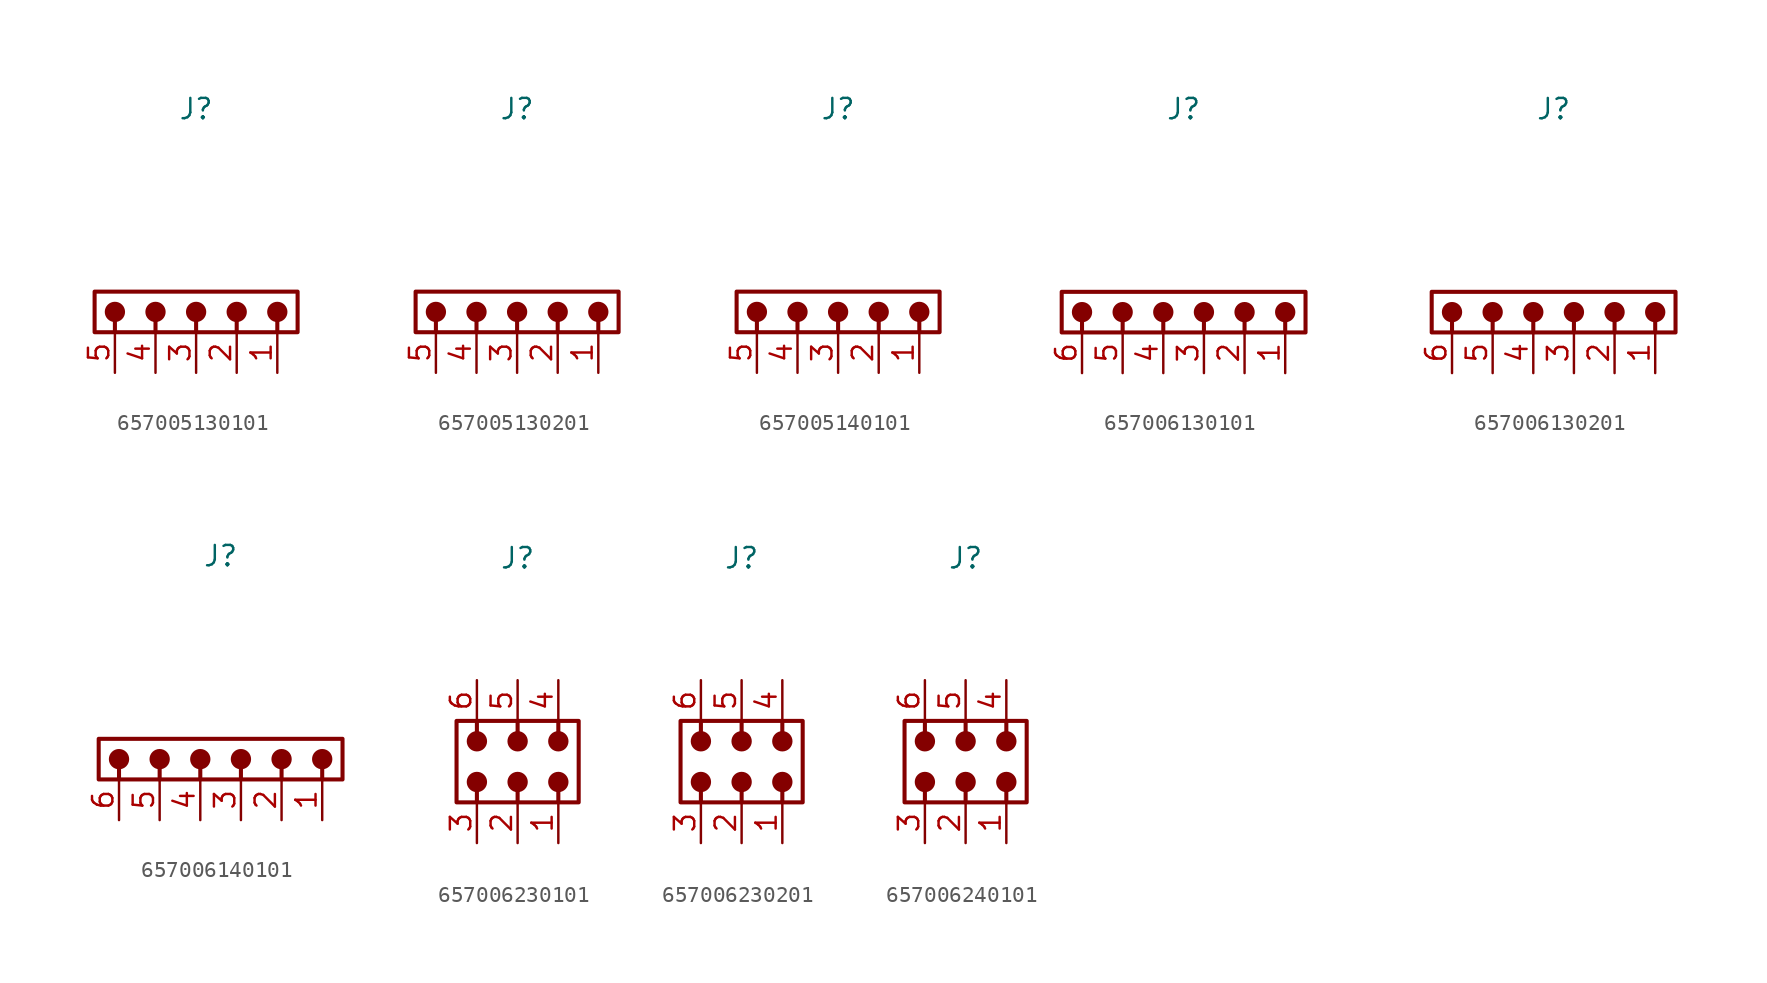
<source format=kicad_sym>
(kicad_symbol_lib
  (version 20241209)
  (generator "kicad_symbol_editor")
  (generator_version "9.0")
  (symbol "657005130101"
    (pin_names
      (hide yes))
    (property "Reference" "J"
      (at 0 12.7 0)
      (effects (font (size 1.27 1.27))))
    (symbol "657005130101_1_1"
      (rectangle (start -6.35 1.27) (end 6.35 -1.27) (stroke (width 0.254) (type solid)) (fill (type none)))
      (circle (center -5.08 0) (radius 0.508) (stroke (width 0.254) (type solid)) (fill (type outline)))
      (polyline (pts (xy -5.08 -0.508) (xy -5.08 -1.27)) (stroke (width 0.254) (type solid)) (fill (type none)))
      (circle (center -2.54 0) (radius 0.508) (stroke (width 0.254) (type solid)) (fill (type outline)))
      (polyline (pts (xy -2.54 -0.508) (xy -2.54 -1.27)) (stroke (width 0.254) (type solid)) (fill (type none)))
      (circle (center 0 0) (radius 0.508) (stroke (width 0.254) (type solid)) (fill (type outline)))
      (polyline (pts (xy 0 -0.508) (xy 0 -1.27)) (stroke (width 0.254) (type solid)) (fill (type none)))
      (circle (center 2.54 0) (radius 0.508) (stroke (width 0.254) (type solid)) (fill (type outline)))
      (polyline (pts (xy 2.54 -0.508) (xy 2.54 -1.27)) (stroke (width 0.254) (type solid)) (fill (type none)))
      (circle (center 5.08 0) (radius 0.508) (stroke (width 0.254) (type solid)) (fill (type outline)))
      (polyline (pts (xy 5.08 -0.508) (xy 5.08 -1.27)) (stroke (width 0.254) (type solid)) (fill (type none)))
      (pin passive line (at -5.08 -3.81 90) (length 2.54) (name "5" (effects (font (size 1.27 1.27)))) (number "5" (effects (font (size 1.27 1.27)))))
      (pin passive line (at -2.54 -3.81 90) (length 2.54) (name "4" (effects (font (size 1.27 1.27)))) (number "4" (effects (font (size 1.27 1.27)))))
      (pin passive line (at 0 -3.81 90) (length 2.54) (name "3" (effects (font (size 1.27 1.27)))) (number "3" (effects (font (size 1.27 1.27)))))
      (pin passive line (at 2.54 -3.81 90) (length 2.54) (name "2" (effects (font (size 1.27 1.27)))) (number "2" (effects (font (size 1.27 1.27)))))
      (pin passive line (at 5.08 -3.81 90) (length 2.54) (name "1" (effects (font (size 1.27 1.27)))) (number "1" (effects (font (size 1.27 1.27)))))))
  (symbol "657005130201"
    (pin_names
      (hide yes))
    (property "Reference" "J"
      (at 0 12.7 0)
      (effects (font (size 1.27 1.27))))
    (symbol "657005130201_1_1"
      (rectangle (start -6.35 1.27) (end 6.35 -1.27) (stroke (width 0.254) (type solid)) (fill (type none)))
      (circle (center -5.08 0) (radius 0.508) (stroke (width 0.254) (type solid)) (fill (type outline)))
      (polyline (pts (xy -5.08 -0.508) (xy -5.08 -1.27)) (stroke (width 0.254) (type solid)) (fill (type none)))
      (circle (center -2.54 0) (radius 0.508) (stroke (width 0.254) (type solid)) (fill (type outline)))
      (polyline (pts (xy -2.54 -0.508) (xy -2.54 -1.27)) (stroke (width 0.254) (type solid)) (fill (type none)))
      (circle (center 0 0) (radius 0.508) (stroke (width 0.254) (type solid)) (fill (type outline)))
      (polyline (pts (xy 0 -0.508) (xy 0 -1.27)) (stroke (width 0.254) (type solid)) (fill (type none)))
      (circle (center 2.54 0) (radius 0.508) (stroke (width 0.254) (type solid)) (fill (type outline)))
      (polyline (pts (xy 2.54 -0.508) (xy 2.54 -1.27)) (stroke (width 0.254) (type solid)) (fill (type none)))
      (circle (center 5.08 0) (radius 0.508) (stroke (width 0.254) (type solid)) (fill (type outline)))
      (polyline (pts (xy 5.08 -0.508) (xy 5.08 -1.27)) (stroke (width 0.254) (type solid)) (fill (type none)))
      (pin passive line (at -5.08 -3.81 90) (length 2.54) (name "5" (effects (font (size 1.27 1.27)))) (number "5" (effects (font (size 1.27 1.27)))))
      (pin passive line (at -2.54 -3.81 90) (length 2.54) (name "4" (effects (font (size 1.27 1.27)))) (number "4" (effects (font (size 1.27 1.27)))))
      (pin passive line (at 0 -3.81 90) (length 2.54) (name "3" (effects (font (size 1.27 1.27)))) (number "3" (effects (font (size 1.27 1.27)))))
      (pin passive line (at 2.54 -3.81 90) (length 2.54) (name "2" (effects (font (size 1.27 1.27)))) (number "2" (effects (font (size 1.27 1.27)))))
      (pin passive line (at 5.08 -3.81 90) (length 2.54) (name "1" (effects (font (size 1.27 1.27)))) (number "1" (effects (font (size 1.27 1.27)))))))
  (symbol "657005140101"
    (pin_names
      (hide yes))
    (property "Reference" "J"
      (at 0 12.7 0)
      (effects (font (size 1.27 1.27))))
    (symbol "657005140101_1_1"
      (rectangle (start -6.35 1.27) (end 6.35 -1.27) (stroke (width 0.254) (type solid)) (fill (type none)))
      (circle (center -5.08 0) (radius 0.508) (stroke (width 0.254) (type solid)) (fill (type outline)))
      (polyline (pts (xy -5.08 -0.508) (xy -5.08 -1.27)) (stroke (width 0.254) (type solid)) (fill (type none)))
      (circle (center -2.54 0) (radius 0.508) (stroke (width 0.254) (type solid)) (fill (type outline)))
      (polyline (pts (xy -2.54 -0.508) (xy -2.54 -1.27)) (stroke (width 0.254) (type solid)) (fill (type none)))
      (circle (center 0 0) (radius 0.508) (stroke (width 0.254) (type solid)) (fill (type outline)))
      (polyline (pts (xy 0 -0.508) (xy 0 -1.27)) (stroke (width 0.254) (type solid)) (fill (type none)))
      (circle (center 2.54 0) (radius 0.508) (stroke (width 0.254) (type solid)) (fill (type outline)))
      (polyline (pts (xy 2.54 -0.508) (xy 2.54 -1.27)) (stroke (width 0.254) (type solid)) (fill (type none)))
      (circle (center 5.08 0) (radius 0.508) (stroke (width 0.254) (type solid)) (fill (type outline)))
      (polyline (pts (xy 5.08 -0.508) (xy 5.08 -1.27)) (stroke (width 0.254) (type solid)) (fill (type none)))
      (pin passive line (at -5.08 -3.81 90) (length 2.54) (name "5" (effects (font (size 1.27 1.27)))) (number "5" (effects (font (size 1.27 1.27)))))
      (pin passive line (at -2.54 -3.81 90) (length 2.54) (name "4" (effects (font (size 1.27 1.27)))) (number "4" (effects (font (size 1.27 1.27)))))
      (pin passive line (at 0 -3.81 90) (length 2.54) (name "3" (effects (font (size 1.27 1.27)))) (number "3" (effects (font (size 1.27 1.27)))))
      (pin passive line (at 2.54 -3.81 90) (length 2.54) (name "2" (effects (font (size 1.27 1.27)))) (number "2" (effects (font (size 1.27 1.27)))))
      (pin passive line (at 5.08 -3.81 90) (length 2.54) (name "1" (effects (font (size 1.27 1.27)))) (number "1" (effects (font (size 1.27 1.27)))))))
  (symbol "657006130101"
    (pin_names
      (hide yes))
    (property "Reference" "J"
      (at 0 12.7 0)
      (effects (font (size 1.27 1.27))))
    (symbol "657006130101_1_1"
      (rectangle (start -7.62 1.27) (end 7.62 -1.27) (stroke (width 0.254) (type solid)) (fill (type none)))
      (circle (center -6.35 0) (radius 0.508) (stroke (width 0.254) (type solid)) (fill (type outline)))
      (polyline (pts (xy -6.35 -0.508) (xy -6.35 -1.27)) (stroke (width 0.254) (type solid)) (fill (type none)))
      (circle (center -3.81 0) (radius 0.508) (stroke (width 0.254) (type solid)) (fill (type outline)))
      (polyline (pts (xy -3.81 -0.508) (xy -3.81 -1.27)) (stroke (width 0.254) (type solid)) (fill (type none)))
      (circle (center -1.27 0) (radius 0.508) (stroke (width 0.254) (type solid)) (fill (type outline)))
      (polyline (pts (xy -1.27 -0.508) (xy -1.27 -1.27)) (stroke (width 0.254) (type solid)) (fill (type none)))
      (circle (center 1.27 0) (radius 0.508) (stroke (width 0.254) (type solid)) (fill (type outline)))
      (polyline (pts (xy 1.27 -0.508) (xy 1.27 -1.27)) (stroke (width 0.254) (type solid)) (fill (type none)))
      (circle (center 3.81 0) (radius 0.508) (stroke (width 0.254) (type solid)) (fill (type outline)))
      (polyline (pts (xy 3.81 -0.508) (xy 3.81 -1.27)) (stroke (width 0.254) (type solid)) (fill (type none)))
      (circle (center 6.35 0) (radius 0.508) (stroke (width 0.254) (type solid)) (fill (type outline)))
      (polyline (pts (xy 6.35 -0.508) (xy 6.35 -1.27)) (stroke (width 0.254) (type solid)) (fill (type none)))
      (pin passive line (at -6.35 -3.81 90) (length 2.54) (name "6" (effects (font (size 1.27 1.27)))) (number "6" (effects (font (size 1.27 1.27)))))
      (pin passive line (at -3.81 -3.81 90) (length 2.54) (name "5" (effects (font (size 1.27 1.27)))) (number "5" (effects (font (size 1.27 1.27)))))
      (pin passive line (at -1.27 -3.81 90) (length 2.54) (name "4" (effects (font (size 1.27 1.27)))) (number "4" (effects (font (size 1.27 1.27)))))
      (pin passive line (at 1.27 -3.81 90) (length 2.54) (name "3" (effects (font (size 1.27 1.27)))) (number "3" (effects (font (size 1.27 1.27)))))
      (pin passive line (at 3.81 -3.81 90) (length 2.54) (name "2" (effects (font (size 1.27 1.27)))) (number "2" (effects (font (size 1.27 1.27)))))
      (pin passive line (at 6.35 -3.81 90) (length 2.54) (name "1" (effects (font (size 1.27 1.27)))) (number "1" (effects (font (size 1.27 1.27)))))))
  (symbol "657006130201"
    (pin_names
      (hide yes))
    (property "Reference" "J"
      (at 0 12.7 0)
      (effects (font (size 1.27 1.27))))
    (symbol "657006130201_1_1"
      (rectangle (start -7.62 1.27) (end 7.62 -1.27) (stroke (width 0.254) (type solid)) (fill (type none)))
      (circle (center -6.35 0) (radius 0.508) (stroke (width 0.254) (type solid)) (fill (type outline)))
      (polyline (pts (xy -6.35 -0.508) (xy -6.35 -1.27)) (stroke (width 0.254) (type solid)) (fill (type none)))
      (circle (center -3.81 0) (radius 0.508) (stroke (width 0.254) (type solid)) (fill (type outline)))
      (polyline (pts (xy -3.81 -0.508) (xy -3.81 -1.27)) (stroke (width 0.254) (type solid)) (fill (type none)))
      (circle (center -1.27 0) (radius 0.508) (stroke (width 0.254) (type solid)) (fill (type outline)))
      (polyline (pts (xy -1.27 -0.508) (xy -1.27 -1.27)) (stroke (width 0.254) (type solid)) (fill (type none)))
      (circle (center 1.27 0) (radius 0.508) (stroke (width 0.254) (type solid)) (fill (type outline)))
      (polyline (pts (xy 1.27 -0.508) (xy 1.27 -1.27)) (stroke (width 0.254) (type solid)) (fill (type none)))
      (circle (center 3.81 0) (radius 0.508) (stroke (width 0.254) (type solid)) (fill (type outline)))
      (polyline (pts (xy 3.81 -0.508) (xy 3.81 -1.27)) (stroke (width 0.254) (type solid)) (fill (type none)))
      (circle (center 6.35 0) (radius 0.508) (stroke (width 0.254) (type solid)) (fill (type outline)))
      (polyline (pts (xy 6.35 -0.508) (xy 6.35 -1.27)) (stroke (width 0.254) (type solid)) (fill (type none)))
      (pin passive line (at -6.35 -3.81 90) (length 2.54) (name "6" (effects (font (size 1.27 1.27)))) (number "6" (effects (font (size 1.27 1.27)))))
      (pin passive line (at -3.81 -3.81 90) (length 2.54) (name "5" (effects (font (size 1.27 1.27)))) (number "5" (effects (font (size 1.27 1.27)))))
      (pin passive line (at -1.27 -3.81 90) (length 2.54) (name "4" (effects (font (size 1.27 1.27)))) (number "4" (effects (font (size 1.27 1.27)))))
      (pin passive line (at 1.27 -3.81 90) (length 2.54) (name "3" (effects (font (size 1.27 1.27)))) (number "3" (effects (font (size 1.27 1.27)))))
      (pin passive line (at 3.81 -3.81 90) (length 2.54) (name "2" (effects (font (size 1.27 1.27)))) (number "2" (effects (font (size 1.27 1.27)))))
      (pin passive line (at 6.35 -3.81 90) (length 2.54) (name "1" (effects (font (size 1.27 1.27)))) (number "1" (effects (font (size 1.27 1.27)))))))
  (symbol "657006140101"
    (pin_names
      (hide yes))
    (property "Reference" "J"
      (at 0 12.7 0)
      (effects (font (size 1.27 1.27))))
    (symbol "657006140101_1_1"
      (rectangle (start -7.62 1.27) (end 7.62 -1.27) (stroke (width 0.254) (type solid)) (fill (type none)))
      (circle (center -6.35 0) (radius 0.508) (stroke (width 0.254) (type solid)) (fill (type outline)))
      (polyline (pts (xy -6.35 -0.508) (xy -6.35 -1.27)) (stroke (width 0.254) (type solid)) (fill (type none)))
      (circle (center -3.81 0) (radius 0.508) (stroke (width 0.254) (type solid)) (fill (type outline)))
      (polyline (pts (xy -3.81 -0.508) (xy -3.81 -1.27)) (stroke (width 0.254) (type solid)) (fill (type none)))
      (circle (center -1.27 0) (radius 0.508) (stroke (width 0.254) (type solid)) (fill (type outline)))
      (polyline (pts (xy -1.27 -0.508) (xy -1.27 -1.27)) (stroke (width 0.254) (type solid)) (fill (type none)))
      (circle (center 1.27 0) (radius 0.508) (stroke (width 0.254) (type solid)) (fill (type outline)))
      (polyline (pts (xy 1.27 -0.508) (xy 1.27 -1.27)) (stroke (width 0.254) (type solid)) (fill (type none)))
      (circle (center 3.81 0) (radius 0.508) (stroke (width 0.254) (type solid)) (fill (type outline)))
      (polyline (pts (xy 3.81 -0.508) (xy 3.81 -1.27)) (stroke (width 0.254) (type solid)) (fill (type none)))
      (circle (center 6.35 0) (radius 0.508) (stroke (width 0.254) (type solid)) (fill (type outline)))
      (polyline (pts (xy 6.35 -0.508) (xy 6.35 -1.27)) (stroke (width 0.254) (type solid)) (fill (type none)))
      (pin passive line (at -6.35 -3.81 90) (length 2.54) (name "6" (effects (font (size 1.27 1.27)))) (number "6" (effects (font (size 1.27 1.27)))))
      (pin passive line (at -3.81 -3.81 90) (length 2.54) (name "5" (effects (font (size 1.27 1.27)))) (number "5" (effects (font (size 1.27 1.27)))))
      (pin passive line (at -1.27 -3.81 90) (length 2.54) (name "4" (effects (font (size 1.27 1.27)))) (number "4" (effects (font (size 1.27 1.27)))))
      (pin passive line (at 1.27 -3.81 90) (length 2.54) (name "3" (effects (font (size 1.27 1.27)))) (number "3" (effects (font (size 1.27 1.27)))))
      (pin passive line (at 3.81 -3.81 90) (length 2.54) (name "2" (effects (font (size 1.27 1.27)))) (number "2" (effects (font (size 1.27 1.27)))))
      (pin passive line (at 6.35 -3.81 90) (length 2.54) (name "1" (effects (font (size 1.27 1.27)))) (number "1" (effects (font (size 1.27 1.27)))))))
  (symbol "657006230101"
    (pin_names
      (hide yes))
    (property "Reference" "J"
      (at 0 12.7 0)
      (effects (font (size 1.27 1.27))))
    (symbol "657006230101_1_1"
      (rectangle (start -3.81 2.54) (end 3.81 -2.54) (stroke (width 0.254) (type solid)) (fill (type none)))
      (polyline (pts (xy -2.54 1.778) (xy -2.54 2.54)) (stroke (width 0.254) (type solid)) (fill (type none)))
      (circle (center -2.54 1.27) (radius 0.508) (stroke (width 0.254) (type solid)) (fill (type outline)))
      (circle (center -2.54 -1.27) (radius 0.508) (stroke (width 0.254) (type solid)) (fill (type outline)))
      (polyline (pts (xy -2.54 -1.778) (xy -2.54 -2.54)) (stroke (width 0.254) (type solid)) (fill (type none)))
      (polyline (pts (xy 0 1.778) (xy 0 2.54)) (stroke (width 0.254) (type solid)) (fill (type none)))
      (circle (center 0 1.27) (radius 0.508) (stroke (width 0.254) (type solid)) (fill (type outline)))
      (circle (center 0 -1.27) (radius 0.508) (stroke (width 0.254) (type solid)) (fill (type outline)))
      (polyline (pts (xy 0 -1.778) (xy 0 -2.54)) (stroke (width 0.254) (type solid)) (fill (type none)))
      (polyline (pts (xy 2.54 1.778) (xy 2.54 2.54)) (stroke (width 0.254) (type solid)) (fill (type none)))
      (circle (center 2.54 1.27) (radius 0.508) (stroke (width 0.254) (type solid)) (fill (type outline)))
      (circle (center 2.54 -1.27) (radius 0.508) (stroke (width 0.254) (type solid)) (fill (type outline)))
      (polyline (pts (xy 2.54 -1.778) (xy 2.54 -2.54)) (stroke (width 0.254) (type solid)) (fill (type none)))
      (pin passive line (at -2.54 5.08 270) (length 2.54) (name "6" (effects (font (size 1.27 1.27)))) (number "6" (effects (font (size 1.27 1.27)))))
      (pin passive line (at -2.54 -5.08 90) (length 2.54) (name "3" (effects (font (size 1.27 1.27)))) (number "3" (effects (font (size 1.27 1.27)))))
      (pin passive line (at 0 5.08 270) (length 2.54) (name "5" (effects (font (size 1.27 1.27)))) (number "5" (effects (font (size 1.27 1.27)))))
      (pin passive line (at 0 -5.08 90) (length 2.54) (name "2" (effects (font (size 1.27 1.27)))) (number "2" (effects (font (size 1.27 1.27)))))
      (pin passive line (at 2.54 5.08 270) (length 2.54) (name "4" (effects (font (size 1.27 1.27)))) (number "4" (effects (font (size 1.27 1.27)))))
      (pin passive line (at 2.54 -5.08 90) (length 2.54) (name "1" (effects (font (size 1.27 1.27)))) (number "1" (effects (font (size 1.27 1.27)))))))
  (symbol "657006230201"
    (pin_names
      (hide yes))
    (property "Reference" "J"
      (at 0 12.7 0)
      (effects (font (size 1.27 1.27))))
    (symbol "657006230201_1_1"
      (rectangle (start -3.81 2.54) (end 3.81 -2.54) (stroke (width 0.254) (type solid)) (fill (type none)))
      (polyline (pts (xy -2.54 1.778) (xy -2.54 2.54)) (stroke (width 0.254) (type solid)) (fill (type none)))
      (circle (center -2.54 1.27) (radius 0.508) (stroke (width 0.254) (type solid)) (fill (type outline)))
      (circle (center -2.54 -1.27) (radius 0.508) (stroke (width 0.254) (type solid)) (fill (type outline)))
      (polyline (pts (xy -2.54 -1.778) (xy -2.54 -2.54)) (stroke (width 0.254) (type solid)) (fill (type none)))
      (polyline (pts (xy 0 1.778) (xy 0 2.54)) (stroke (width 0.254) (type solid)) (fill (type none)))
      (circle (center 0 1.27) (radius 0.508) (stroke (width 0.254) (type solid)) (fill (type outline)))
      (circle (center 0 -1.27) (radius 0.508) (stroke (width 0.254) (type solid)) (fill (type outline)))
      (polyline (pts (xy 0 -1.778) (xy 0 -2.54)) (stroke (width 0.254) (type solid)) (fill (type none)))
      (polyline (pts (xy 2.54 1.778) (xy 2.54 2.54)) (stroke (width 0.254) (type solid)) (fill (type none)))
      (circle (center 2.54 1.27) (radius 0.508) (stroke (width 0.254) (type solid)) (fill (type outline)))
      (circle (center 2.54 -1.27) (radius 0.508) (stroke (width 0.254) (type solid)) (fill (type outline)))
      (polyline (pts (xy 2.54 -1.778) (xy 2.54 -2.54)) (stroke (width 0.254) (type solid)) (fill (type none)))
      (pin passive line (at -2.54 5.08 270) (length 2.54) (name "6" (effects (font (size 1.27 1.27)))) (number "6" (effects (font (size 1.27 1.27)))))
      (pin passive line (at -2.54 -5.08 90) (length 2.54) (name "3" (effects (font (size 1.27 1.27)))) (number "3" (effects (font (size 1.27 1.27)))))
      (pin passive line (at 0 5.08 270) (length 2.54) (name "5" (effects (font (size 1.27 1.27)))) (number "5" (effects (font (size 1.27 1.27)))))
      (pin passive line (at 0 -5.08 90) (length 2.54) (name "2" (effects (font (size 1.27 1.27)))) (number "2" (effects (font (size 1.27 1.27)))))
      (pin passive line (at 2.54 5.08 270) (length 2.54) (name "4" (effects (font (size 1.27 1.27)))) (number "4" (effects (font (size 1.27 1.27)))))
      (pin passive line (at 2.54 -5.08 90) (length 2.54) (name "1" (effects (font (size 1.27 1.27)))) (number "1" (effects (font (size 1.27 1.27)))))))
  (symbol "657006240101"
    (pin_names
      (hide yes))
    (property "Reference" "J"
      (at 0 12.7 0)
      (effects (font (size 1.27 1.27))))
    (symbol "657006240101_1_1"
      (rectangle (start -3.81 2.54) (end 3.81 -2.54) (stroke (width 0.254) (type solid)) (fill (type none)))
      (polyline (pts (xy -2.54 1.778) (xy -2.54 2.54)) (stroke (width 0.254) (type solid)) (fill (type none)))
      (circle (center -2.54 1.27) (radius 0.508) (stroke (width 0.254) (type solid)) (fill (type outline)))
      (circle (center -2.54 -1.27) (radius 0.508) (stroke (width 0.254) (type solid)) (fill (type outline)))
      (polyline (pts (xy -2.54 -1.778) (xy -2.54 -2.54)) (stroke (width 0.254) (type solid)) (fill (type none)))
      (polyline (pts (xy 0 1.778) (xy 0 2.54)) (stroke (width 0.254) (type solid)) (fill (type none)))
      (circle (center 0 1.27) (radius 0.508) (stroke (width 0.254) (type solid)) (fill (type outline)))
      (circle (center 0 -1.27) (radius 0.508) (stroke (width 0.254) (type solid)) (fill (type outline)))
      (polyline (pts (xy 0 -1.778) (xy 0 -2.54)) (stroke (width 0.254) (type solid)) (fill (type none)))
      (polyline (pts (xy 2.54 1.778) (xy 2.54 2.54)) (stroke (width 0.254) (type solid)) (fill (type none)))
      (circle (center 2.54 1.27) (radius 0.508) (stroke (width 0.254) (type solid)) (fill (type outline)))
      (circle (center 2.54 -1.27) (radius 0.508) (stroke (width 0.254) (type solid)) (fill (type outline)))
      (polyline (pts (xy 2.54 -1.778) (xy 2.54 -2.54)) (stroke (width 0.254) (type solid)) (fill (type none)))
      (pin passive line (at -2.54 5.08 270) (length 2.54) (name "6" (effects (font (size 1.27 1.27)))) (number "6" (effects (font (size 1.27 1.27)))))
      (pin passive line (at -2.54 -5.08 90) (length 2.54) (name "3" (effects (font (size 1.27 1.27)))) (number "3" (effects (font (size 1.27 1.27)))))
      (pin passive line (at 0 5.08 270) (length 2.54) (name "5" (effects (font (size 1.27 1.27)))) (number "5" (effects (font (size 1.27 1.27)))))
      (pin passive line (at 0 -5.08 90) (length 2.54) (name "2" (effects (font (size 1.27 1.27)))) (number "2" (effects (font (size 1.27 1.27)))))
      (pin passive line (at 2.54 5.08 270) (length 2.54) (name "4" (effects (font (size 1.27 1.27)))) (number "4" (effects (font (size 1.27 1.27)))))
      (pin passive line (at 2.54 -5.08 90) (length 2.54) (name "1" (effects (font (size 1.27 1.27)))) (number "1" (effects (font (size 1.27 1.27))))))))
</source>
